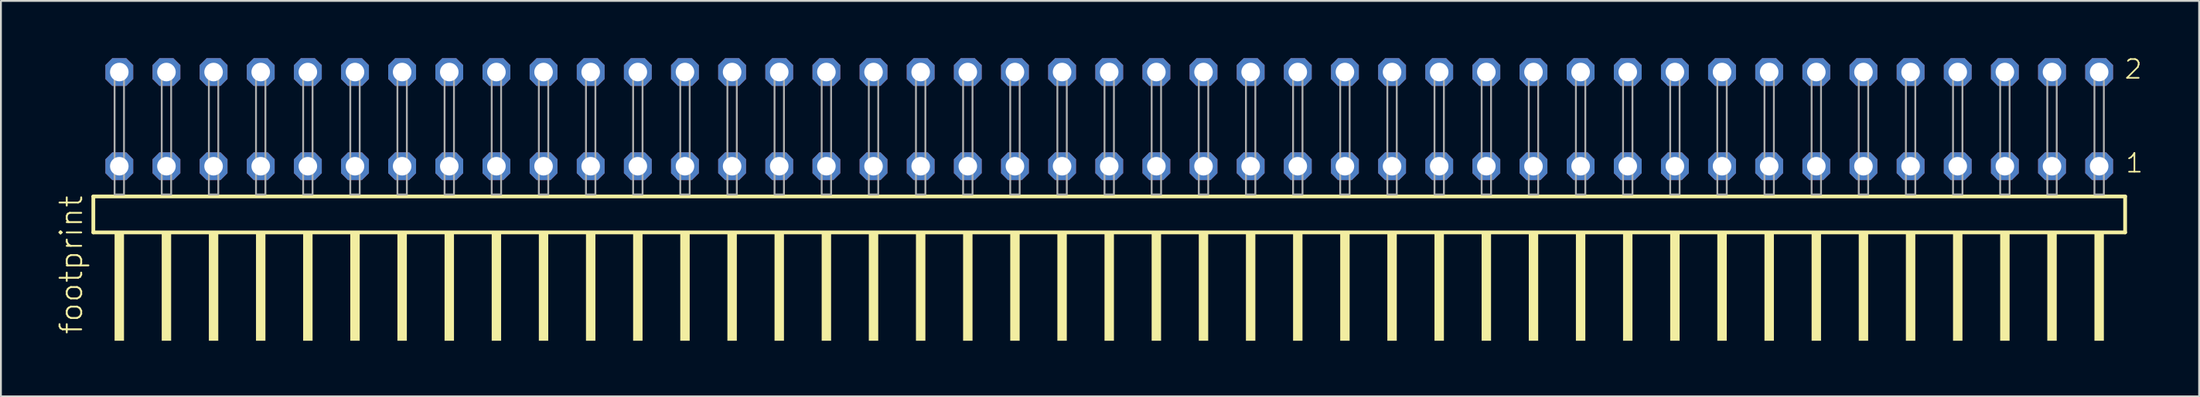
<source format=kicad_pcb>
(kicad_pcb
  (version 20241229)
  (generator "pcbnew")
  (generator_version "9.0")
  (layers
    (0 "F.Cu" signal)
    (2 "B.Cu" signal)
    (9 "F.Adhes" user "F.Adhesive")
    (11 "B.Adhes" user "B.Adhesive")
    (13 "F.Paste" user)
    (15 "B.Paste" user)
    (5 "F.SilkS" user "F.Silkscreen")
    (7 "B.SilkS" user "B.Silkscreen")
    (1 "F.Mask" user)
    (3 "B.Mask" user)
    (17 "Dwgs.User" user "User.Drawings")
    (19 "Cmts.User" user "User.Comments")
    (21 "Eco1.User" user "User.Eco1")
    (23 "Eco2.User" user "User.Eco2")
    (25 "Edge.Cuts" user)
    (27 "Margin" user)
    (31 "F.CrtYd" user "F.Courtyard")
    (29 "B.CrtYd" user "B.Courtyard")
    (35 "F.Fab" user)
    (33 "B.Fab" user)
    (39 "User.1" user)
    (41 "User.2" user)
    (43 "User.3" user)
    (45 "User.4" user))
  (footprint "footprint"
    (layer "F.Cu")
    (at 56.718 7.441)
    (property "Reference" "footprint" (at -55.245 7.62 90) (layer "F.SilkS") (effects (font (size 1.168 1.168) (thickness 0.102)) (justify left bottom)))
    (fp_line (start -54.739 0.106) (end -54.739 2.046) (stroke (width 0.203) (type solid)) (layer "F.SilkS"))
    (fp_line (start -54.739 2.046) (end 54.739 2.046) (stroke (width 0.203) (type solid)) (layer "F.SilkS"))
    (fp_line (start 54.739 0.106) (end -54.739 0.106) (stroke (width 0.203) (type solid)) (layer "F.SilkS"))
    (fp_line (start 54.739 2.046) (end 54.739 0.106) (stroke (width 0.203) (type solid)) (layer "F.SilkS"))
    (fp_poly (pts (xy -53.594 7.89) (xy -53.086 7.89) (xy -53.086 2.04) (xy -53.594 2.04)) (stroke (width 0) (type solid)) (fill yes) (layer "F.SilkS"))
    (fp_poly (pts (xy -51.054 7.89) (xy -50.546 7.89) (xy -50.546 2.04) (xy -51.054 2.04)) (stroke (width 0) (type solid)) (fill yes) (layer "F.SilkS"))
    (fp_poly (pts (xy -48.514 7.89) (xy -48.006 7.89) (xy -48.006 2.04) (xy -48.514 2.04)) (stroke (width 0) (type solid)) (fill yes) (layer "F.SilkS"))
    (fp_poly (pts (xy -45.974 7.89) (xy -45.466 7.89) (xy -45.466 2.04) (xy -45.974 2.04)) (stroke (width 0) (type solid)) (fill yes) (layer "F.SilkS"))
    (fp_poly (pts (xy -43.434 7.89) (xy -42.926 7.89) (xy -42.926 2.04) (xy -43.434 2.04)) (stroke (width 0) (type solid)) (fill yes) (layer "F.SilkS"))
    (fp_poly (pts (xy -40.894 7.89) (xy -40.386 7.89) (xy -40.386 2.04) (xy -40.894 2.04)) (stroke (width 0) (type solid)) (fill yes) (layer "F.SilkS"))
    (fp_poly (pts (xy -38.354 7.89) (xy -37.846 7.89) (xy -37.846 2.04) (xy -38.354 2.04)) (stroke (width 0) (type solid)) (fill yes) (layer "F.SilkS"))
    (fp_poly (pts (xy -35.814 7.89) (xy -35.306 7.89) (xy -35.306 2.04) (xy -35.814 2.04)) (stroke (width 0) (type solid)) (fill yes) (layer "F.SilkS"))
    (fp_poly (pts (xy -33.274 7.89) (xy -32.766 7.89) (xy -32.766 2.04) (xy -33.274 2.04)) (stroke (width 0) (type solid)) (fill yes) (layer "F.SilkS"))
    (fp_poly (pts (xy -30.734 7.89) (xy -30.226 7.89) (xy -30.226 2.04) (xy -30.734 2.04)) (stroke (width 0) (type solid)) (fill yes) (layer "F.SilkS"))
    (fp_poly (pts (xy -28.194 7.89) (xy -27.686 7.89) (xy -27.686 2.04) (xy -28.194 2.04)) (stroke (width 0) (type solid)) (fill yes) (layer "F.SilkS"))
    (fp_poly (pts (xy -25.654 7.89) (xy -25.146 7.89) (xy -25.146 2.04) (xy -25.654 2.04)) (stroke (width 0) (type solid)) (fill yes) (layer "F.SilkS"))
    (fp_poly (pts (xy -23.114 7.89) (xy -22.606 7.89) (xy -22.606 2.04) (xy -23.114 2.04)) (stroke (width 0) (type solid)) (fill yes) (layer "F.SilkS"))
    (fp_poly (pts (xy -20.574 7.89) (xy -20.066 7.89) (xy -20.066 2.04) (xy -20.574 2.04)) (stroke (width 0) (type solid)) (fill yes) (layer "F.SilkS"))
    (fp_poly (pts (xy -18.034 7.89) (xy -17.526 7.89) (xy -17.526 2.04) (xy -18.034 2.04)) (stroke (width 0) (type solid)) (fill yes) (layer "F.SilkS"))
    (fp_poly (pts (xy -15.494 7.89) (xy -14.986 7.89) (xy -14.986 2.04) (xy -15.494 2.04)) (stroke (width 0) (type solid)) (fill yes) (layer "F.SilkS"))
    (fp_poly (pts (xy -12.954 7.89) (xy -12.446 7.89) (xy -12.446 2.04) (xy -12.954 2.04)) (stroke (width 0) (type solid)) (fill yes) (layer "F.SilkS"))
    (fp_poly (pts (xy -10.414 7.89) (xy -9.906 7.89) (xy -9.906 2.04) (xy -10.414 2.04)) (stroke (width 0) (type solid)) (fill yes) (layer "F.SilkS"))
    (fp_poly (pts (xy -7.874 7.89) (xy -7.366 7.89) (xy -7.366 2.04) (xy -7.874 2.04)) (stroke (width 0) (type solid)) (fill yes) (layer "F.SilkS"))
    (fp_poly (pts (xy -5.334 7.89) (xy -4.826 7.89) (xy -4.826 2.04) (xy -5.334 2.04)) (stroke (width 0) (type solid)) (fill yes) (layer "F.SilkS"))
    (fp_poly (pts (xy -2.794 7.89) (xy -2.286 7.89) (xy -2.286 2.04) (xy -2.794 2.04)) (stroke (width 0) (type solid)) (fill yes) (layer "F.SilkS"))
    (fp_poly (pts (xy -0.254 7.89) (xy 0.254 7.89) (xy 0.254 2.04) (xy -0.254 2.04)) (stroke (width 0) (type solid)) (fill yes) (layer "F.SilkS"))
    (fp_poly (pts (xy 2.286 7.89) (xy 2.794 7.89) (xy 2.794 2.04) (xy 2.286 2.04)) (stroke (width 0) (type solid)) (fill yes) (layer "F.SilkS"))
    (fp_poly (pts (xy 4.826 7.89) (xy 5.334 7.89) (xy 5.334 2.04) (xy 4.826 2.04)) (stroke (width 0) (type solid)) (fill yes) (layer "F.SilkS"))
    (fp_poly (pts (xy 7.366 7.89) (xy 7.874 7.89) (xy 7.874 2.04) (xy 7.366 2.04)) (stroke (width 0) (type solid)) (fill yes) (layer "F.SilkS"))
    (fp_poly (pts (xy 9.906 7.89) (xy 10.414 7.89) (xy 10.414 2.04) (xy 9.906 2.04)) (stroke (width 0) (type solid)) (fill yes) (layer "F.SilkS"))
    (fp_poly (pts (xy 12.446 7.89) (xy 12.954 7.89) (xy 12.954 2.04) (xy 12.446 2.04)) (stroke (width 0) (type solid)) (fill yes) (layer "F.SilkS"))
    (fp_poly (pts (xy 14.986 7.89) (xy 15.494 7.89) (xy 15.494 2.04) (xy 14.986 2.04)) (stroke (width 0) (type solid)) (fill yes) (layer "F.SilkS"))
    (fp_poly (pts (xy 17.526 7.89) (xy 18.034 7.89) (xy 18.034 2.04) (xy 17.526 2.04)) (stroke (width 0) (type solid)) (fill yes) (layer "F.SilkS"))
    (fp_poly (pts (xy 20.066 7.89) (xy 20.574 7.89) (xy 20.574 2.04) (xy 20.066 2.04)) (stroke (width 0) (type solid)) (fill yes) (layer "F.SilkS"))
    (fp_poly (pts (xy 22.606 7.89) (xy 23.114 7.89) (xy 23.114 2.04) (xy 22.606 2.04)) (stroke (width 0) (type solid)) (fill yes) (layer "F.SilkS"))
    (fp_poly (pts (xy 25.146 7.89) (xy 25.654 7.89) (xy 25.654 2.04) (xy 25.146 2.04)) (stroke (width 0) (type solid)) (fill yes) (layer "F.SilkS"))
    (fp_poly (pts (xy 27.686 7.89) (xy 28.194 7.89) (xy 28.194 2.04) (xy 27.686 2.04)) (stroke (width 0) (type solid)) (fill yes) (layer "F.SilkS"))
    (fp_poly (pts (xy 30.226 7.89) (xy 30.734 7.89) (xy 30.734 2.04) (xy 30.226 2.04)) (stroke (width 0) (type solid)) (fill yes) (layer "F.SilkS"))
    (fp_poly (pts (xy 32.766 7.89) (xy 33.274 7.89) (xy 33.274 2.04) (xy 32.766 2.04)) (stroke (width 0) (type solid)) (fill yes) (layer "F.SilkS"))
    (fp_poly (pts (xy 35.306 7.89) (xy 35.814 7.89) (xy 35.814 2.04) (xy 35.306 2.04)) (stroke (width 0) (type solid)) (fill yes) (layer "F.SilkS"))
    (fp_poly (pts (xy 37.846 7.89) (xy 38.354 7.89) (xy 38.354 2.04) (xy 37.846 2.04)) (stroke (width 0) (type solid)) (fill yes) (layer "F.SilkS"))
    (fp_poly (pts (xy 40.386 7.89) (xy 40.894 7.89) (xy 40.894 2.04) (xy 40.386 2.04)) (stroke (width 0) (type solid)) (fill yes) (layer "F.SilkS"))
    (fp_poly (pts (xy 42.926 7.89) (xy 43.434 7.89) (xy 43.434 2.04) (xy 42.926 2.04)) (stroke (width 0) (type solid)) (fill yes) (layer "F.SilkS"))
    (fp_poly (pts (xy 45.466 7.89) (xy 45.974 7.89) (xy 45.974 2.04) (xy 45.466 2.04)) (stroke (width 0) (type solid)) (fill yes) (layer "F.SilkS"))
    (fp_poly (pts (xy 48.006 7.89) (xy 48.514 7.89) (xy 48.514 2.04) (xy 48.006 2.04)) (stroke (width 0) (type solid)) (fill yes) (layer "F.SilkS"))
    (fp_poly (pts (xy 50.546 7.89) (xy 51.054 7.89) (xy 51.054 2.04) (xy 50.546 2.04)) (stroke (width 0) (type solid)) (fill yes) (layer "F.SilkS"))
    (fp_poly (pts (xy 53.086 7.89) (xy 53.594 7.89) (xy 53.594 2.04) (xy 53.086 2.04)) (stroke (width 0) (type solid)) (fill yes) (layer "F.SilkS"))
    (fp_poly (pts (xy -53.594 0) (xy -53.086 0) (xy -53.086 -6.858) (xy -53.594 -6.858)) (stroke (width 0.1) (type solid)) (fill no) (layer "F.Fab"))
    (fp_poly (pts (xy -51.054 0) (xy -50.546 0) (xy -50.546 -6.858) (xy -51.054 -6.858)) (stroke (width 0.1) (type solid)) (fill no) (layer "F.Fab"))
    (fp_poly (pts (xy -48.514 0) (xy -48.006 0) (xy -48.006 -6.858) (xy -48.514 -6.858)) (stroke (width 0.1) (type solid)) (fill no) (layer "F.Fab"))
    (fp_poly (pts (xy -45.974 0) (xy -45.466 0) (xy -45.466 -6.858) (xy -45.974 -6.858)) (stroke (width 0.1) (type solid)) (fill no) (layer "F.Fab"))
    (fp_poly (pts (xy -43.434 0) (xy -42.926 0) (xy -42.926 -6.858) (xy -43.434 -6.858)) (stroke (width 0.1) (type solid)) (fill no) (layer "F.Fab"))
    (fp_poly (pts (xy -40.894 0) (xy -40.386 0) (xy -40.386 -6.858) (xy -40.894 -6.858)) (stroke (width 0.1) (type solid)) (fill no) (layer "F.Fab"))
    (fp_poly (pts (xy -38.354 0) (xy -37.846 0) (xy -37.846 -6.858) (xy -38.354 -6.858)) (stroke (width 0.1) (type solid)) (fill no) (layer "F.Fab"))
    (fp_poly (pts (xy -35.814 0) (xy -35.306 0) (xy -35.306 -6.858) (xy -35.814 -6.858)) (stroke (width 0.1) (type solid)) (fill no) (layer "F.Fab"))
    (fp_poly (pts (xy -33.274 0) (xy -32.766 0) (xy -32.766 -6.858) (xy -33.274 -6.858)) (stroke (width 0.1) (type solid)) (fill no) (layer "F.Fab"))
    (fp_poly (pts (xy -30.734 0) (xy -30.226 0) (xy -30.226 -6.858) (xy -30.734 -6.858)) (stroke (width 0.1) (type solid)) (fill no) (layer "F.Fab"))
    (fp_poly (pts (xy -28.194 0) (xy -27.686 0) (xy -27.686 -6.858) (xy -28.194 -6.858)) (stroke (width 0.1) (type solid)) (fill no) (layer "F.Fab"))
    (fp_poly (pts (xy -25.654 0) (xy -25.146 0) (xy -25.146 -6.858) (xy -25.654 -6.858)) (stroke (width 0.1) (type solid)) (fill no) (layer "F.Fab"))
    (fp_poly (pts (xy -23.114 0) (xy -22.606 0) (xy -22.606 -6.858) (xy -23.114 -6.858)) (stroke (width 0.1) (type solid)) (fill no) (layer "F.Fab"))
    (fp_poly (pts (xy -20.574 0) (xy -20.066 0) (xy -20.066 -6.858) (xy -20.574 -6.858)) (stroke (width 0.1) (type solid)) (fill no) (layer "F.Fab"))
    (fp_poly (pts (xy -18.034 0) (xy -17.526 0) (xy -17.526 -6.858) (xy -18.034 -6.858)) (stroke (width 0.1) (type solid)) (fill no) (layer "F.Fab"))
    (fp_poly (pts (xy -15.494 0) (xy -14.986 0) (xy -14.986 -6.858) (xy -15.494 -6.858)) (stroke (width 0.1) (type solid)) (fill no) (layer "F.Fab"))
    (fp_poly (pts (xy -12.954 0) (xy -12.446 0) (xy -12.446 -6.858) (xy -12.954 -6.858)) (stroke (width 0.1) (type solid)) (fill no) (layer "F.Fab"))
    (fp_poly (pts (xy -10.414 0) (xy -9.906 0) (xy -9.906 -6.858) (xy -10.414 -6.858)) (stroke (width 0.1) (type solid)) (fill no) (layer "F.Fab"))
    (fp_poly (pts (xy -7.874 0) (xy -7.366 0) (xy -7.366 -6.858) (xy -7.874 -6.858)) (stroke (width 0.1) (type solid)) (fill no) (layer "F.Fab"))
    (fp_poly (pts (xy -5.334 0) (xy -4.826 0) (xy -4.826 -6.858) (xy -5.334 -6.858)) (stroke (width 0.1) (type solid)) (fill no) (layer "F.Fab"))
    (fp_poly (pts (xy -2.794 0) (xy -2.286 0) (xy -2.286 -6.858) (xy -2.794 -6.858)) (stroke (width 0.1) (type solid)) (fill no) (layer "F.Fab"))
    (fp_poly (pts (xy -0.254 0) (xy 0.254 0) (xy 0.254 -6.858) (xy -0.254 -6.858)) (stroke (width 0.1) (type solid)) (fill no) (layer "F.Fab"))
    (fp_poly (pts (xy 2.286 0) (xy 2.794 0) (xy 2.794 -6.858) (xy 2.286 -6.858)) (stroke (width 0.1) (type solid)) (fill no) (layer "F.Fab"))
    (fp_poly (pts (xy 4.826 0) (xy 5.334 0) (xy 5.334 -6.858) (xy 4.826 -6.858)) (stroke (width 0.1) (type solid)) (fill no) (layer "F.Fab"))
    (fp_poly (pts (xy 7.366 0) (xy 7.874 0) (xy 7.874 -6.858) (xy 7.366 -6.858)) (stroke (width 0.1) (type solid)) (fill no) (layer "F.Fab"))
    (fp_poly (pts (xy 9.906 0) (xy 10.414 0) (xy 10.414 -6.858) (xy 9.906 -6.858)) (stroke (width 0.1) (type solid)) (fill no) (layer "F.Fab"))
    (fp_poly (pts (xy 12.446 0) (xy 12.954 0) (xy 12.954 -6.858) (xy 12.446 -6.858)) (stroke (width 0.1) (type solid)) (fill no) (layer "F.Fab"))
    (fp_poly (pts (xy 14.986 0) (xy 15.494 0) (xy 15.494 -6.858) (xy 14.986 -6.858)) (stroke (width 0.1) (type solid)) (fill no) (layer "F.Fab"))
    (fp_poly (pts (xy 17.526 0) (xy 18.034 0) (xy 18.034 -6.858) (xy 17.526 -6.858)) (stroke (width 0.1) (type solid)) (fill no) (layer "F.Fab"))
    (fp_poly (pts (xy 20.066 0) (xy 20.574 0) (xy 20.574 -6.858) (xy 20.066 -6.858)) (stroke (width 0.1) (type solid)) (fill no) (layer "F.Fab"))
    (fp_poly (pts (xy 22.606 0) (xy 23.114 0) (xy 23.114 -6.858) (xy 22.606 -6.858)) (stroke (width 0.1) (type solid)) (fill no) (layer "F.Fab"))
    (fp_poly (pts (xy 25.146 0) (xy 25.654 0) (xy 25.654 -6.858) (xy 25.146 -6.858)) (stroke (width 0.1) (type solid)) (fill no) (layer "F.Fab"))
    (fp_poly (pts (xy 27.686 0) (xy 28.194 0) (xy 28.194 -6.858) (xy 27.686 -6.858)) (stroke (width 0.1) (type solid)) (fill no) (layer "F.Fab"))
    (fp_poly (pts (xy 30.226 0) (xy 30.734 0) (xy 30.734 -6.858) (xy 30.226 -6.858)) (stroke (width 0.1) (type solid)) (fill no) (layer "F.Fab"))
    (fp_poly (pts (xy 32.766 0) (xy 33.274 0) (xy 33.274 -6.858) (xy 32.766 -6.858)) (stroke (width 0.1) (type solid)) (fill no) (layer "F.Fab"))
    (fp_poly (pts (xy 35.306 0) (xy 35.814 0) (xy 35.814 -6.858) (xy 35.306 -6.858)) (stroke (width 0.1) (type solid)) (fill no) (layer "F.Fab"))
    (fp_poly (pts (xy 37.846 0) (xy 38.354 0) (xy 38.354 -6.858) (xy 37.846 -6.858)) (stroke (width 0.1) (type solid)) (fill no) (layer "F.Fab"))
    (fp_poly (pts (xy 40.386 0) (xy 40.894 0) (xy 40.894 -6.858) (xy 40.386 -6.858)) (stroke (width 0.1) (type solid)) (fill no) (layer "F.Fab"))
    (fp_poly (pts (xy 42.926 0) (xy 43.434 0) (xy 43.434 -6.858) (xy 42.926 -6.858)) (stroke (width 0.1) (type solid)) (fill no) (layer "F.Fab"))
    (fp_poly (pts (xy 45.466 0) (xy 45.974 0) (xy 45.974 -6.858) (xy 45.466 -6.858)) (stroke (width 0.1) (type solid)) (fill no) (layer "F.Fab"))
    (fp_poly (pts (xy 48.006 0) (xy 48.514 0) (xy 48.514 -6.858) (xy 48.006 -6.858)) (stroke (width 0.1) (type solid)) (fill no) (layer "F.Fab"))
    (fp_poly (pts (xy 50.546 0) (xy 51.054 0) (xy 51.054 -6.858) (xy 50.546 -6.858)) (stroke (width 0.1) (type solid)) (fill no) (layer "F.Fab"))
    (fp_poly (pts (xy 53.086 0) (xy 53.594 0) (xy 53.594 -6.858) (xy 53.086 -6.858)) (stroke (width 0.1) (type solid)) (fill no) (layer "F.Fab"))
    (fp_text user "2" (at 54.64 -6.165 0) (layer "F.SilkS") (effects (font (size 1.012 1.012) (thickness 0.088)) (justify left bottom)))
    (fp_text user "1" (at 54.7 -1.1 0) (layer "F.SilkS") (effects (font (size 1.012 1.012) (thickness 0.088)) (justify left bottom)))
    (pad "1" thru_hole roundrect (at 53.34 -1.524 180) (size 1.5 1.5) (drill 1) (layers "*.Cu" "*.Mask") (roundrect_rratio 0.25) (chamfer_ratio 0.25) (chamfer top_left top_right bottom_left bottom_right))
    (pad "2" thru_hole roundrect (at 53.34 -6.604 180) (size 1.5 1.5) (drill 1) (layers "*.Cu" "*.Mask") (roundrect_rratio 0.25) (chamfer_ratio 0.25) (chamfer top_left top_right bottom_left bottom_right))
    (pad "3" thru_hole roundrect (at 50.8 -1.524 180) (size 1.5 1.5) (drill 1) (layers "*.Cu" "*.Mask") (roundrect_rratio 0.25) (chamfer_ratio 0.25) (chamfer top_left top_right bottom_left bottom_right))
    (pad "4" thru_hole roundrect (at 50.8 -6.604 180) (size 1.5 1.5) (drill 1) (layers "*.Cu" "*.Mask") (roundrect_rratio 0.25) (chamfer_ratio 0.25) (chamfer top_left top_right bottom_left bottom_right))
    (pad "5" thru_hole roundrect (at 48.26 -1.524 180) (size 1.5 1.5) (drill 1) (layers "*.Cu" "*.Mask") (roundrect_rratio 0.25) (chamfer_ratio 0.25) (chamfer top_left top_right bottom_left bottom_right))
    (pad "6" thru_hole roundrect (at 48.26 -6.604 180) (size 1.5 1.5) (drill 1) (layers "*.Cu" "*.Mask") (roundrect_rratio 0.25) (chamfer_ratio 0.25) (chamfer top_left top_right bottom_left bottom_right))
    (pad "7" thru_hole roundrect (at 45.72 -1.524 180) (size 1.5 1.5) (drill 1) (layers "*.Cu" "*.Mask") (roundrect_rratio 0.25) (chamfer_ratio 0.25) (chamfer top_left top_right bottom_left bottom_right))
    (pad "8" thru_hole roundrect (at 45.72 -6.604 180) (size 1.5 1.5) (drill 1) (layers "*.Cu" "*.Mask") (roundrect_rratio 0.25) (chamfer_ratio 0.25) (chamfer top_left top_right bottom_left bottom_right))
    (pad "9" thru_hole roundrect (at 43.18 -1.524 180) (size 1.5 1.5) (drill 1) (layers "*.Cu" "*.Mask") (roundrect_rratio 0.25) (chamfer_ratio 0.25) (chamfer top_left top_right bottom_left bottom_right))
    (pad "10" thru_hole roundrect (at 43.18 -6.604 180) (size 1.5 1.5) (drill 1) (layers "*.Cu" "*.Mask") (roundrect_rratio 0.25) (chamfer_ratio 0.25) (chamfer top_left top_right bottom_left bottom_right))
    (pad "11" thru_hole roundrect (at 40.64 -1.524 180) (size 1.5 1.5) (drill 1) (layers "*.Cu" "*.Mask") (roundrect_rratio 0.25) (chamfer_ratio 0.25) (chamfer top_left top_right bottom_left bottom_right))
    (pad "12" thru_hole roundrect (at 40.64 -6.604 180) (size 1.5 1.5) (drill 1) (layers "*.Cu" "*.Mask") (roundrect_rratio 0.25) (chamfer_ratio 0.25) (chamfer top_left top_right bottom_left bottom_right))
    (pad "13" thru_hole roundrect (at 38.1 -1.524 180) (size 1.5 1.5) (drill 1) (layers "*.Cu" "*.Mask") (roundrect_rratio 0.25) (chamfer_ratio 0.25) (chamfer top_left top_right bottom_left bottom_right))
    (pad "14" thru_hole roundrect (at 38.1 -6.604 180) (size 1.5 1.5) (drill 1) (layers "*.Cu" "*.Mask") (roundrect_rratio 0.25) (chamfer_ratio 0.25) (chamfer top_left top_right bottom_left bottom_right))
    (pad "15" thru_hole roundrect (at 35.56 -1.524 180) (size 1.5 1.5) (drill 1) (layers "*.Cu" "*.Mask") (roundrect_rratio 0.25) (chamfer_ratio 0.25) (chamfer top_left top_right bottom_left bottom_right))
    (pad "16" thru_hole roundrect (at 35.56 -6.604 180) (size 1.5 1.5) (drill 1) (layers "*.Cu" "*.Mask") (roundrect_rratio 0.25) (chamfer_ratio 0.25) (chamfer top_left top_right bottom_left bottom_right))
    (pad "17" thru_hole roundrect (at 33.02 -1.524 180) (size 1.5 1.5) (drill 1) (layers "*.Cu" "*.Mask") (roundrect_rratio 0.25) (chamfer_ratio 0.25) (chamfer top_left top_right bottom_left bottom_right))
    (pad "18" thru_hole roundrect (at 33.02 -6.604 180) (size 1.5 1.5) (drill 1) (layers "*.Cu" "*.Mask") (roundrect_rratio 0.25) (chamfer_ratio 0.25) (chamfer top_left top_right bottom_left bottom_right))
    (pad "19" thru_hole roundrect (at 30.48 -1.524 180) (size 1.5 1.5) (drill 1) (layers "*.Cu" "*.Mask") (roundrect_rratio 0.25) (chamfer_ratio 0.25) (chamfer top_left top_right bottom_left bottom_right))
    (pad "20" thru_hole roundrect (at 30.48 -6.604 180) (size 1.5 1.5) (drill 1) (layers "*.Cu" "*.Mask") (roundrect_rratio 0.25) (chamfer_ratio 0.25) (chamfer top_left top_right bottom_left bottom_right))
    (pad "21" thru_hole roundrect (at 27.94 -1.524 180) (size 1.5 1.5) (drill 1) (layers "*.Cu" "*.Mask") (roundrect_rratio 0.25) (chamfer_ratio 0.25) (chamfer top_left top_right bottom_left bottom_right))
    (pad "22" thru_hole roundrect (at 27.94 -6.604 180) (size 1.5 1.5) (drill 1) (layers "*.Cu" "*.Mask") (roundrect_rratio 0.25) (chamfer_ratio 0.25) (chamfer top_left top_right bottom_left bottom_right))
    (pad "23" thru_hole roundrect (at 25.4 -1.524 180) (size 1.5 1.5) (drill 1) (layers "*.Cu" "*.Mask") (roundrect_rratio 0.25) (chamfer_ratio 0.25) (chamfer top_left top_right bottom_left bottom_right))
    (pad "24" thru_hole roundrect (at 25.4 -6.604 180) (size 1.5 1.5) (drill 1) (layers "*.Cu" "*.Mask") (roundrect_rratio 0.25) (chamfer_ratio 0.25) (chamfer top_left top_right bottom_left bottom_right))
    (pad "25" thru_hole roundrect (at 22.86 -1.524 180) (size 1.5 1.5) (drill 1) (layers "*.Cu" "*.Mask") (roundrect_rratio 0.25) (chamfer_ratio 0.25) (chamfer top_left top_right bottom_left bottom_right))
    (pad "26" thru_hole roundrect (at 22.86 -6.604 180) (size 1.5 1.5) (drill 1) (layers "*.Cu" "*.Mask") (roundrect_rratio 0.25) (chamfer_ratio 0.25) (chamfer top_left top_right bottom_left bottom_right))
    (pad "27" thru_hole roundrect (at 20.32 -1.524 180) (size 1.5 1.5) (drill 1) (layers "*.Cu" "*.Mask") (roundrect_rratio 0.25) (chamfer_ratio 0.25) (chamfer top_left top_right bottom_left bottom_right))
    (pad "28" thru_hole roundrect (at 20.32 -6.604 180) (size 1.5 1.5) (drill 1) (layers "*.Cu" "*.Mask") (roundrect_rratio 0.25) (chamfer_ratio 0.25) (chamfer top_left top_right bottom_left bottom_right))
    (pad "29" thru_hole roundrect (at 17.78 -1.524 180) (size 1.5 1.5) (drill 1) (layers "*.Cu" "*.Mask") (roundrect_rratio 0.25) (chamfer_ratio 0.25) (chamfer top_left top_right bottom_left bottom_right))
    (pad "30" thru_hole roundrect (at 17.78 -6.604 180) (size 1.5 1.5) (drill 1) (layers "*.Cu" "*.Mask") (roundrect_rratio 0.25) (chamfer_ratio 0.25) (chamfer top_left top_right bottom_left bottom_right))
    (pad "31" thru_hole roundrect (at 15.24 -1.524 180) (size 1.5 1.5) (drill 1) (layers "*.Cu" "*.Mask") (roundrect_rratio 0.25) (chamfer_ratio 0.25) (chamfer top_left top_right bottom_left bottom_right))
    (pad "32" thru_hole roundrect (at 15.24 -6.604 180) (size 1.5 1.5) (drill 1) (layers "*.Cu" "*.Mask") (roundrect_rratio 0.25) (chamfer_ratio 0.25) (chamfer top_left top_right bottom_left bottom_right))
    (pad "33" thru_hole roundrect (at 12.7 -1.524 180) (size 1.5 1.5) (drill 1) (layers "*.Cu" "*.Mask") (roundrect_rratio 0.25) (chamfer_ratio 0.25) (chamfer top_left top_right bottom_left bottom_right))
    (pad "34" thru_hole roundrect (at 12.7 -6.604 180) (size 1.5 1.5) (drill 1) (layers "*.Cu" "*.Mask") (roundrect_rratio 0.25) (chamfer_ratio 0.25) (chamfer top_left top_right bottom_left bottom_right))
    (pad "35" thru_hole roundrect (at 10.16 -1.524 180) (size 1.5 1.5) (drill 1) (layers "*.Cu" "*.Mask") (roundrect_rratio 0.25) (chamfer_ratio 0.25) (chamfer top_left top_right bottom_left bottom_right))
    (pad "36" thru_hole roundrect (at 10.16 -6.604 180) (size 1.5 1.5) (drill 1) (layers "*.Cu" "*.Mask") (roundrect_rratio 0.25) (chamfer_ratio 0.25) (chamfer top_left top_right bottom_left bottom_right))
    (pad "37" thru_hole roundrect (at 7.62 -1.524 180) (size 1.5 1.5) (drill 1) (layers "*.Cu" "*.Mask") (roundrect_rratio 0.25) (chamfer_ratio 0.25) (chamfer top_left top_right bottom_left bottom_right))
    (pad "38" thru_hole roundrect (at 7.62 -6.604 180) (size 1.5 1.5) (drill 1) (layers "*.Cu" "*.Mask") (roundrect_rratio 0.25) (chamfer_ratio 0.25) (chamfer top_left top_right bottom_left bottom_right))
    (pad "39" thru_hole roundrect (at 5.08 -1.524 180) (size 1.5 1.5) (drill 1) (layers "*.Cu" "*.Mask") (roundrect_rratio 0.25) (chamfer_ratio 0.25) (chamfer top_left top_right bottom_left bottom_right))
    (pad "40" thru_hole roundrect (at 5.08 -6.604 180) (size 1.5 1.5) (drill 1) (layers "*.Cu" "*.Mask") (roundrect_rratio 0.25) (chamfer_ratio 0.25) (chamfer top_left top_right bottom_left bottom_right))
    (pad "41" thru_hole roundrect (at 2.54 -1.524 180) (size 1.5 1.5) (drill 1) (layers "*.Cu" "*.Mask") (roundrect_rratio 0.25) (chamfer_ratio 0.25) (chamfer top_left top_right bottom_left bottom_right))
    (pad "42" thru_hole roundrect (at 2.54 -6.604 180) (size 1.5 1.5) (drill 1) (layers "*.Cu" "*.Mask") (roundrect_rratio 0.25) (chamfer_ratio 0.25) (chamfer top_left top_right bottom_left bottom_right))
    (pad "43" thru_hole roundrect (at 0 -1.524 180) (size 1.5 1.5) (drill 1) (layers "*.Cu" "*.Mask") (roundrect_rratio 0.25) (chamfer_ratio 0.25) (chamfer top_left top_right bottom_left bottom_right))
    (pad "44" thru_hole roundrect (at 0 -6.604 180) (size 1.5 1.5) (drill 1) (layers "*.Cu" "*.Mask") (roundrect_rratio 0.25) (chamfer_ratio 0.25) (chamfer top_left top_right bottom_left bottom_right))
    (pad "45" thru_hole roundrect (at -2.54 -1.524 180) (size 1.5 1.5) (drill 1) (layers "*.Cu" "*.Mask") (roundrect_rratio 0.25) (chamfer_ratio 0.25) (chamfer top_left top_right bottom_left bottom_right))
    (pad "46" thru_hole roundrect (at -2.54 -6.604 180) (size 1.5 1.5) (drill 1) (layers "*.Cu" "*.Mask") (roundrect_rratio 0.25) (chamfer_ratio 0.25) (chamfer top_left top_right bottom_left bottom_right))
    (pad "47" thru_hole roundrect (at -5.08 -1.524 180) (size 1.5 1.5) (drill 1) (layers "*.Cu" "*.Mask") (roundrect_rratio 0.25) (chamfer_ratio 0.25) (chamfer top_left top_right bottom_left bottom_right))
    (pad "48" thru_hole roundrect (at -5.08 -6.604 180) (size 1.5 1.5) (drill 1) (layers "*.Cu" "*.Mask") (roundrect_rratio 0.25) (chamfer_ratio 0.25) (chamfer top_left top_right bottom_left bottom_right))
    (pad "49" thru_hole roundrect (at -7.62 -1.524 180) (size 1.5 1.5) (drill 1) (layers "*.Cu" "*.Mask") (roundrect_rratio 0.25) (chamfer_ratio 0.25) (chamfer top_left top_right bottom_left bottom_right))
    (pad "50" thru_hole roundrect (at -7.62 -6.604 180) (size 1.5 1.5) (drill 1) (layers "*.Cu" "*.Mask") (roundrect_rratio 0.25) (chamfer_ratio 0.25) (chamfer top_left top_right bottom_left bottom_right))
    (pad "51" thru_hole roundrect (at -10.16 -1.524 180) (size 1.5 1.5) (drill 1) (layers "*.Cu" "*.Mask") (roundrect_rratio 0.25) (chamfer_ratio 0.25) (chamfer top_left top_right bottom_left bottom_right))
    (pad "52" thru_hole roundrect (at -10.16 -6.604 180) (size 1.5 1.5) (drill 1) (layers "*.Cu" "*.Mask") (roundrect_rratio 0.25) (chamfer_ratio 0.25) (chamfer top_left top_right bottom_left bottom_right))
    (pad "53" thru_hole roundrect (at -12.7 -1.524 180) (size 1.5 1.5) (drill 1) (layers "*.Cu" "*.Mask") (roundrect_rratio 0.25) (chamfer_ratio 0.25) (chamfer top_left top_right bottom_left bottom_right))
    (pad "54" thru_hole roundrect (at -12.7 -6.604 180) (size 1.5 1.5) (drill 1) (layers "*.Cu" "*.Mask") (roundrect_rratio 0.25) (chamfer_ratio 0.25) (chamfer top_left top_right bottom_left bottom_right))
    (pad "55" thru_hole roundrect (at -15.24 -1.524 180) (size 1.5 1.5) (drill 1) (layers "*.Cu" "*.Mask") (roundrect_rratio 0.25) (chamfer_ratio 0.25) (chamfer top_left top_right bottom_left bottom_right))
    (pad "56" thru_hole roundrect (at -15.24 -6.604 180) (size 1.5 1.5) (drill 1) (layers "*.Cu" "*.Mask") (roundrect_rratio 0.25) (chamfer_ratio 0.25) (chamfer top_left top_right bottom_left bottom_right))
    (pad "57" thru_hole roundrect (at -17.78 -1.524 180) (size 1.5 1.5) (drill 1) (layers "*.Cu" "*.Mask") (roundrect_rratio 0.25) (chamfer_ratio 0.25) (chamfer top_left top_right bottom_left bottom_right))
    (pad "58" thru_hole roundrect (at -17.78 -6.604 180) (size 1.5 1.5) (drill 1) (layers "*.Cu" "*.Mask") (roundrect_rratio 0.25) (chamfer_ratio 0.25) (chamfer top_left top_right bottom_left bottom_right))
    (pad "59" thru_hole roundrect (at -20.32 -1.524 180) (size 1.5 1.5) (drill 1) (layers "*.Cu" "*.Mask") (roundrect_rratio 0.25) (chamfer_ratio 0.25) (chamfer top_left top_right bottom_left bottom_right))
    (pad "60" thru_hole roundrect (at -20.32 -6.604 180) (size 1.5 1.5) (drill 1) (layers "*.Cu" "*.Mask") (roundrect_rratio 0.25) (chamfer_ratio 0.25) (chamfer top_left top_right bottom_left bottom_right))
    (pad "61" thru_hole roundrect (at -22.86 -1.524 180) (size 1.5 1.5) (drill 1) (layers "*.Cu" "*.Mask") (roundrect_rratio 0.25) (chamfer_ratio 0.25) (chamfer top_left top_right bottom_left bottom_right))
    (pad "62" thru_hole roundrect (at -22.86 -6.604 180) (size 1.5 1.5) (drill 1) (layers "*.Cu" "*.Mask") (roundrect_rratio 0.25) (chamfer_ratio 0.25) (chamfer top_left top_right bottom_left bottom_right))
    (pad "63" thru_hole roundrect (at -25.4 -1.524 180) (size 1.5 1.5) (drill 1) (layers "*.Cu" "*.Mask") (roundrect_rratio 0.25) (chamfer_ratio 0.25) (chamfer top_left top_right bottom_left bottom_right))
    (pad "64" thru_hole roundrect (at -25.4 -6.604 180) (size 1.5 1.5) (drill 1) (layers "*.Cu" "*.Mask") (roundrect_rratio 0.25) (chamfer_ratio 0.25) (chamfer top_left top_right bottom_left bottom_right))
    (pad "65" thru_hole roundrect (at -27.94 -1.524 180) (size 1.5 1.5) (drill 1) (layers "*.Cu" "*.Mask") (roundrect_rratio 0.25) (chamfer_ratio 0.25) (chamfer top_left top_right bottom_left bottom_right))
    (pad "66" thru_hole roundrect (at -27.94 -6.604 180) (size 1.5 1.5) (drill 1) (layers "*.Cu" "*.Mask") (roundrect_rratio 0.25) (chamfer_ratio 0.25) (chamfer top_left top_right bottom_left bottom_right))
    (pad "67" thru_hole roundrect (at -30.48 -1.524 180) (size 1.5 1.5) (drill 1) (layers "*.Cu" "*.Mask") (roundrect_rratio 0.25) (chamfer_ratio 0.25) (chamfer top_left top_right bottom_left bottom_right))
    (pad "68" thru_hole roundrect (at -30.48 -6.604 180) (size 1.5 1.5) (drill 1) (layers "*.Cu" "*.Mask") (roundrect_rratio 0.25) (chamfer_ratio 0.25) (chamfer top_left top_right bottom_left bottom_right))
    (pad "69" thru_hole roundrect (at -33.02 -1.524 180) (size 1.5 1.5) (drill 1) (layers "*.Cu" "*.Mask") (roundrect_rratio 0.25) (chamfer_ratio 0.25) (chamfer top_left top_right bottom_left bottom_right))
    (pad "70" thru_hole roundrect (at -33.02 -6.604 180) (size 1.5 1.5) (drill 1) (layers "*.Cu" "*.Mask") (roundrect_rratio 0.25) (chamfer_ratio 0.25) (chamfer top_left top_right bottom_left bottom_right))
    (pad "71" thru_hole roundrect (at -35.56 -1.524 180) (size 1.5 1.5) (drill 1) (layers "*.Cu" "*.Mask") (roundrect_rratio 0.25) (chamfer_ratio 0.25) (chamfer top_left top_right bottom_left bottom_right))
    (pad "72" thru_hole roundrect (at -35.56 -6.604 180) (size 1.5 1.5) (drill 1) (layers "*.Cu" "*.Mask") (roundrect_rratio 0.25) (chamfer_ratio 0.25) (chamfer top_left top_right bottom_left bottom_right))
    (pad "73" thru_hole roundrect (at -38.1 -1.524 180) (size 1.5 1.5) (drill 1) (layers "*.Cu" "*.Mask") (roundrect_rratio 0.25) (chamfer_ratio 0.25) (chamfer top_left top_right bottom_left bottom_right))
    (pad "74" thru_hole roundrect (at -38.1 -6.604 180) (size 1.5 1.5) (drill 1) (layers "*.Cu" "*.Mask") (roundrect_rratio 0.25) (chamfer_ratio 0.25) (chamfer top_left top_right bottom_left bottom_right))
    (pad "75" thru_hole roundrect (at -40.64 -1.524 180) (size 1.5 1.5) (drill 1) (layers "*.Cu" "*.Mask") (roundrect_rratio 0.25) (chamfer_ratio 0.25) (chamfer top_left top_right bottom_left bottom_right))
    (pad "76" thru_hole roundrect (at -40.64 -6.604 180) (size 1.5 1.5) (drill 1) (layers "*.Cu" "*.Mask") (roundrect_rratio 0.25) (chamfer_ratio 0.25) (chamfer top_left top_right bottom_left bottom_right))
    (pad "77" thru_hole roundrect (at -43.18 -1.524 180) (size 1.5 1.5) (drill 1) (layers "*.Cu" "*.Mask") (roundrect_rratio 0.25) (chamfer_ratio 0.25) (chamfer top_left top_right bottom_left bottom_right))
    (pad "78" thru_hole roundrect (at -43.18 -6.604 180) (size 1.5 1.5) (drill 1) (layers "*.Cu" "*.Mask") (roundrect_rratio 0.25) (chamfer_ratio 0.25) (chamfer top_left top_right bottom_left bottom_right))
    (pad "79" thru_hole roundrect (at -45.72 -1.524 180) (size 1.5 1.5) (drill 1) (layers "*.Cu" "*.Mask") (roundrect_rratio 0.25) (chamfer_ratio 0.25) (chamfer top_left top_right bottom_left bottom_right))
    (pad "80" thru_hole roundrect (at -45.72 -6.604 180) (size 1.5 1.5) (drill 1) (layers "*.Cu" "*.Mask") (roundrect_rratio 0.25) (chamfer_ratio 0.25) (chamfer top_left top_right bottom_left bottom_right))
    (pad "81" thru_hole roundrect (at -48.26 -1.524 180) (size 1.5 1.5) (drill 1) (layers "*.Cu" "*.Mask") (roundrect_rratio 0.25) (chamfer_ratio 0.25) (chamfer top_left top_right bottom_left bottom_right))
    (pad "82" thru_hole roundrect (at -48.26 -6.604 180) (size 1.5 1.5) (drill 1) (layers "*.Cu" "*.Mask") (roundrect_rratio 0.25) (chamfer_ratio 0.25) (chamfer top_left top_right bottom_left bottom_right))
    (pad "83" thru_hole roundrect (at -50.8 -1.524 180) (size 1.5 1.5) (drill 1) (layers "*.Cu" "*.Mask") (roundrect_rratio 0.25) (chamfer_ratio 0.25) (chamfer top_left top_right bottom_left bottom_right))
    (pad "84" thru_hole roundrect (at -50.8 -6.604 180) (size 1.5 1.5) (drill 1) (layers "*.Cu" "*.Mask") (roundrect_rratio 0.25) (chamfer_ratio 0.25) (chamfer top_left top_right bottom_left bottom_right))
    (pad "85" thru_hole roundrect (at -53.34 -1.524 180) (size 1.5 1.5) (drill 1) (layers "*.Cu" "*.Mask") (roundrect_rratio 0.25) (chamfer_ratio 0.25) (chamfer top_left top_right bottom_left bottom_right))
    (pad "86" thru_hole roundrect (at -53.34 -6.604 180) (size 1.5 1.5) (drill 1) (layers "*.Cu" "*.Mask") (roundrect_rratio 0.25) (chamfer_ratio 0.25) (chamfer top_left top_right bottom_left bottom_right)))
  (gr_rect
    (start -3 -3)
    (end 115.444 18.331)
    (stroke (width 0.1) (type default))
    (fill no)
    (layer "Edge.Cuts")))
</source>
